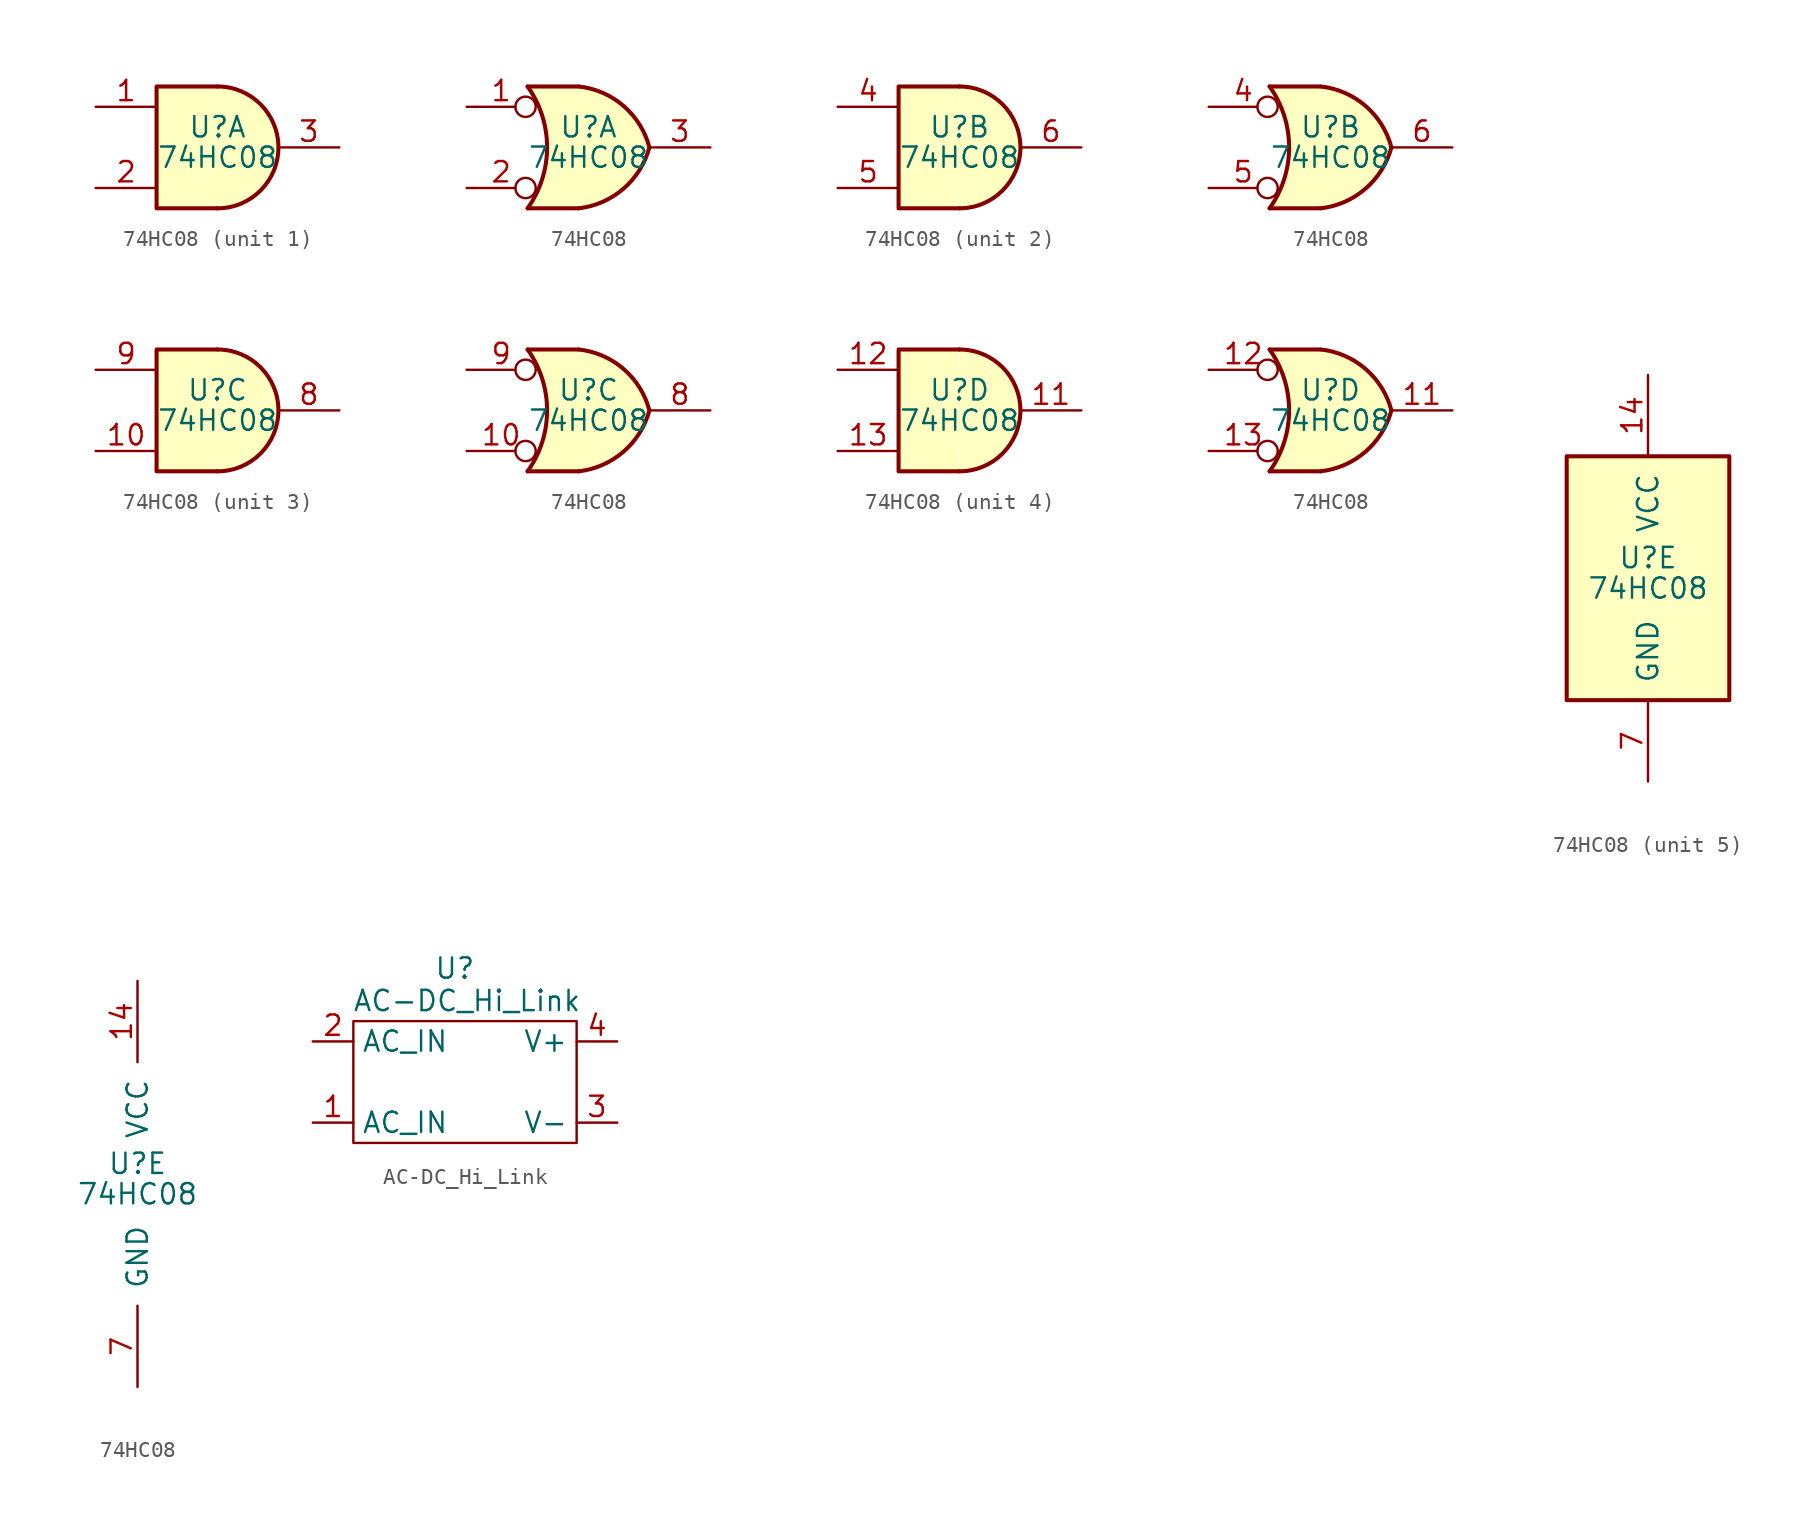
<source format=kicad_sym>
(kicad_symbol_lib
  (version 20231120)
  (generator "kicad_symbol_editor")
  (generator_version "8.0")
  (symbol "74HC08"
    (pin_names
      (offset 1.016))
    (property "Reference" "U"
      (at 0 1.27 0)
      (effects (font (size 1.27 1.27))))
    (property "Value" "74HC08"
      (at 0 -0.635 0)
      (effects (font (size 1.27 1.27))))
    (property "ki_locked" ""
      (at 0 0 0)
      (effects (font (size 1.27 1.27))))
    (symbol "74HC08_1_1"
      (arc (start 0 -3.81) (mid 3.7934 0) (end 0 3.81) (stroke (width 0.254) (type default)) (fill (type background)))
      (polyline (pts (xy 0 3.81) (xy -3.81 3.81) (xy -3.81 -3.81) (xy 0 -3.81)) (stroke (width 0.254) (type default)) (fill (type background)))
      (pin input line (at -7.62 2.54 0) (length 3.81) (name "~" (effects (font (size 1.27 1.27)))) (number "1" (effects (font (size 1.27 1.27)))))
      (pin input line (at -7.62 -2.54 0) (length 3.81) (name "~" (effects (font (size 1.27 1.27)))) (number "2" (effects (font (size 1.27 1.27)))))
      (pin output line (at 7.62 0 180) (length 3.81) (name "~" (effects (font (size 1.27 1.27)))) (number "3" (effects (font (size 1.27 1.27))))))
    (symbol "74HC08_1_2"
      (arc (start -3.81 -3.81) (mid -2.589 0) (end -3.81 3.81) (stroke (width 0.254) (type default)) (fill (type none)))
      (arc (start -0.6096 -3.81) (mid 2.1842 -2.5851) (end 3.81 0) (stroke (width 0.254) (type default)) (fill (type background)))
      (polyline (pts (xy -3.81 -3.81) (xy -0.635 -3.81)) (stroke (width 0.254) (type default)) (fill (type background)))
      (polyline (pts (xy -3.81 3.81) (xy -0.635 3.81)) (stroke (width 0.254) (type default)) (fill (type background)))
      (polyline (pts (xy -0.635 3.81) (xy -3.81 3.81) (xy -3.81 3.81) (xy -3.556 3.404) (xy -3.023 2.261) (xy -2.692 1.041) (xy -2.616 -0.254) (xy -2.769 -1.499) (xy -3.175 -2.718) (xy -3.81 -3.81) (xy -3.81 -3.81) (xy -0.635 -3.81)) (stroke (width -25.4) (type default)) (fill (type background)))
      (arc (start 3.81 0) (mid 2.1915 2.5936) (end -0.6096 3.81) (stroke (width 0.254) (type default)) (fill (type background)))
      (pin input inverted (at -7.62 2.54 0) (length 4.318) (name "~" (effects (font (size 1.27 1.27)))) (number "1" (effects (font (size 1.27 1.27)))))
      (pin input inverted (at -7.62 -2.54 0) (length 4.318) (name "~" (effects (font (size 1.27 1.27)))) (number "2" (effects (font (size 1.27 1.27)))))
      (pin output line (at 7.62 0 180) (length 3.81) (name "~" (effects (font (size 1.27 1.27)))) (number "3" (effects (font (size 1.27 1.27))))))
    (symbol "74HC08_2_1"
      (arc (start 0 -3.81) (mid 3.7934 0) (end 0 3.81) (stroke (width 0.254) (type default)) (fill (type background)))
      (polyline (pts (xy 0 3.81) (xy -3.81 3.81) (xy -3.81 -3.81) (xy 0 -3.81)) (stroke (width 0.254) (type default)) (fill (type background)))
      (pin input line (at -7.62 2.54 0) (length 3.81) (name "~" (effects (font (size 1.27 1.27)))) (number "4" (effects (font (size 1.27 1.27)))))
      (pin input line (at -7.62 -2.54 0) (length 3.81) (name "~" (effects (font (size 1.27 1.27)))) (number "5" (effects (font (size 1.27 1.27)))))
      (pin output line (at 7.62 0 180) (length 3.81) (name "~" (effects (font (size 1.27 1.27)))) (number "6" (effects (font (size 1.27 1.27))))))
    (symbol "74HC08_2_2"
      (arc (start -3.81 -3.81) (mid -2.589 0) (end -3.81 3.81) (stroke (width 0.254) (type default)) (fill (type none)))
      (arc (start -0.6096 -3.81) (mid 2.1842 -2.5851) (end 3.81 0) (stroke (width 0.254) (type default)) (fill (type background)))
      (polyline (pts (xy -3.81 -3.81) (xy -0.635 -3.81)) (stroke (width 0.254) (type default)) (fill (type background)))
      (polyline (pts (xy -3.81 3.81) (xy -0.635 3.81)) (stroke (width 0.254) (type default)) (fill (type background)))
      (polyline (pts (xy -0.635 3.81) (xy -3.81 3.81) (xy -3.81 3.81) (xy -3.556 3.404) (xy -3.023 2.261) (xy -2.692 1.041) (xy -2.616 -0.254) (xy -2.769 -1.499) (xy -3.175 -2.718) (xy -3.81 -3.81) (xy -3.81 -3.81) (xy -0.635 -3.81)) (stroke (width -25.4) (type default)) (fill (type background)))
      (arc (start 3.81 0) (mid 2.1915 2.5936) (end -0.6096 3.81) (stroke (width 0.254) (type default)) (fill (type background)))
      (pin input inverted (at -7.62 2.54 0) (length 4.318) (name "~" (effects (font (size 1.27 1.27)))) (number "4" (effects (font (size 1.27 1.27)))))
      (pin input inverted (at -7.62 -2.54 0) (length 4.318) (name "~" (effects (font (size 1.27 1.27)))) (number "5" (effects (font (size 1.27 1.27)))))
      (pin output line (at 7.62 0 180) (length 3.81) (name "~" (effects (font (size 1.27 1.27)))) (number "6" (effects (font (size 1.27 1.27))))))
    (symbol "74HC08_3_1"
      (arc (start 0 -3.81) (mid 3.7934 0) (end 0 3.81) (stroke (width 0.254) (type default)) (fill (type background)))
      (polyline (pts (xy 0 3.81) (xy -3.81 3.81) (xy -3.81 -3.81) (xy 0 -3.81)) (stroke (width 0.254) (type default)) (fill (type background)))
      (pin input line (at -7.62 -2.54 0) (length 3.81) (name "~" (effects (font (size 1.27 1.27)))) (number "10" (effects (font (size 1.27 1.27)))))
      (pin output line (at 7.62 0 180) (length 3.81) (name "~" (effects (font (size 1.27 1.27)))) (number "8" (effects (font (size 1.27 1.27)))))
      (pin input line (at -7.62 2.54 0) (length 3.81) (name "~" (effects (font (size 1.27 1.27)))) (number "9" (effects (font (size 1.27 1.27))))))
    (symbol "74HC08_3_2"
      (arc (start -3.81 -3.81) (mid -2.589 0) (end -3.81 3.81) (stroke (width 0.254) (type default)) (fill (type none)))
      (arc (start -0.6096 -3.81) (mid 2.1842 -2.5851) (end 3.81 0) (stroke (width 0.254) (type default)) (fill (type background)))
      (polyline (pts (xy -3.81 -3.81) (xy -0.635 -3.81)) (stroke (width 0.254) (type default)) (fill (type background)))
      (polyline (pts (xy -3.81 3.81) (xy -0.635 3.81)) (stroke (width 0.254) (type default)) (fill (type background)))
      (polyline (pts (xy -0.635 3.81) (xy -3.81 3.81) (xy -3.81 3.81) (xy -3.556 3.404) (xy -3.023 2.261) (xy -2.692 1.041) (xy -2.616 -0.254) (xy -2.769 -1.499) (xy -3.175 -2.718) (xy -3.81 -3.81) (xy -3.81 -3.81) (xy -0.635 -3.81)) (stroke (width -25.4) (type default)) (fill (type background)))
      (arc (start 3.81 0) (mid 2.1915 2.5936) (end -0.6096 3.81) (stroke (width 0.254) (type default)) (fill (type background)))
      (pin input inverted (at -7.62 -2.54 0) (length 4.318) (name "~" (effects (font (size 1.27 1.27)))) (number "10" (effects (font (size 1.27 1.27)))))
      (pin output line (at 7.62 0 180) (length 3.81) (name "~" (effects (font (size 1.27 1.27)))) (number "8" (effects (font (size 1.27 1.27)))))
      (pin input inverted (at -7.62 2.54 0) (length 4.318) (name "~" (effects (font (size 1.27 1.27)))) (number "9" (effects (font (size 1.27 1.27))))))
    (symbol "74HC08_4_1"
      (arc (start 0 -3.81) (mid 3.7934 0) (end 0 3.81) (stroke (width 0.254) (type default)) (fill (type background)))
      (polyline (pts (xy 0 3.81) (xy -3.81 3.81) (xy -3.81 -3.81) (xy 0 -3.81)) (stroke (width 0.254) (type default)) (fill (type background)))
      (pin output line (at 7.62 0 180) (length 3.81) (name "~" (effects (font (size 1.27 1.27)))) (number "11" (effects (font (size 1.27 1.27)))))
      (pin input line (at -7.62 2.54 0) (length 3.81) (name "~" (effects (font (size 1.27 1.27)))) (number "12" (effects (font (size 1.27 1.27)))))
      (pin input line (at -7.62 -2.54 0) (length 3.81) (name "~" (effects (font (size 1.27 1.27)))) (number "13" (effects (font (size 1.27 1.27))))))
    (symbol "74HC08_4_2"
      (arc (start -3.81 -3.81) (mid -2.589 0) (end -3.81 3.81) (stroke (width 0.254) (type default)) (fill (type none)))
      (arc (start -0.6096 -3.81) (mid 2.1842 -2.5851) (end 3.81 0) (stroke (width 0.254) (type default)) (fill (type background)))
      (polyline (pts (xy -3.81 -3.81) (xy -0.635 -3.81)) (stroke (width 0.254) (type default)) (fill (type background)))
      (polyline (pts (xy -3.81 3.81) (xy -0.635 3.81)) (stroke (width 0.254) (type default)) (fill (type background)))
      (polyline (pts (xy -0.635 3.81) (xy -3.81 3.81) (xy -3.81 3.81) (xy -3.556 3.404) (xy -3.023 2.261) (xy -2.692 1.041) (xy -2.616 -0.254) (xy -2.769 -1.499) (xy -3.175 -2.718) (xy -3.81 -3.81) (xy -3.81 -3.81) (xy -0.635 -3.81)) (stroke (width -25.4) (type default)) (fill (type background)))
      (arc (start 3.81 0) (mid 2.1915 2.5936) (end -0.6096 3.81) (stroke (width 0.254) (type default)) (fill (type background)))
      (pin output line (at 7.62 0 180) (length 3.81) (name "~" (effects (font (size 1.27 1.27)))) (number "11" (effects (font (size 1.27 1.27)))))
      (pin input inverted (at -7.62 2.54 0) (length 4.318) (name "~" (effects (font (size 1.27 1.27)))) (number "12" (effects (font (size 1.27 1.27)))))
      (pin input inverted (at -7.62 -2.54 0) (length 4.318) (name "~" (effects (font (size 1.27 1.27)))) (number "13" (effects (font (size 1.27 1.27))))))
    (symbol "74HC08_5_0"
      (pin power_in line (at 0 12.7 270) (length 5.08) (name "VCC" (effects (font (size 1.27 1.27)))) (number "14" (effects (font (size 1.27 1.27)))))
      (pin power_in line (at 0 -12.7 90) (length 5.08) (name "GND" (effects (font (size 1.27 1.27)))) (number "7" (effects (font (size 1.27 1.27))))))
    (symbol "74HC08_5_1"
      (rectangle (start -5.08 7.62) (end 5.08 -7.62) (stroke (width 0.254) (type default)) (fill (type background)))))
  (symbol "AC-DC_Hi_Link"
    (property "Reference" "U"
      (at 0 7.112 0)
      (effects (font (size 1.27 1.27))))
    (property "Value" "AC-DC_Hi_Link"
      (at 0.762 5.08 0)
      (effects (font (size 1.27 1.27))))
    (symbol "AC-DC_Hi_Link_0_1"
      (polyline (pts (xy -6.35 -3.81) (xy 7.62 -3.81) (xy 7.62 3.81) (xy -6.35 3.81) (xy -6.35 -3.81)) (stroke (width 0) (type default)) (fill (type none))))
    (symbol "AC-DC_Hi_Link_1_1"
      (pin input line (at -8.89 -2.54 0) (length 2.54) (name "AC_IN" (effects (font (size 1.27 1.27)))) (number "1" (effects (font (size 1.27 1.27)))))
      (pin input line (at -8.89 2.54 0) (length 2.54) (name "AC_IN" (effects (font (size 1.27 1.27)))) (number "2" (effects (font (size 1.27 1.27)))))
      (pin input line (at 10.16 -2.54 180) (length 2.54) (name "V-" (effects (font (size 1.27 1.27)))) (number "3" (effects (font (size 1.27 1.27)))))
      (pin input line (at 10.16 2.54 180) (length 2.54) (name "V+" (effects (font (size 1.27 1.27)))) (number "4" (effects (font (size 1.27 1.27))))))))
</source>
